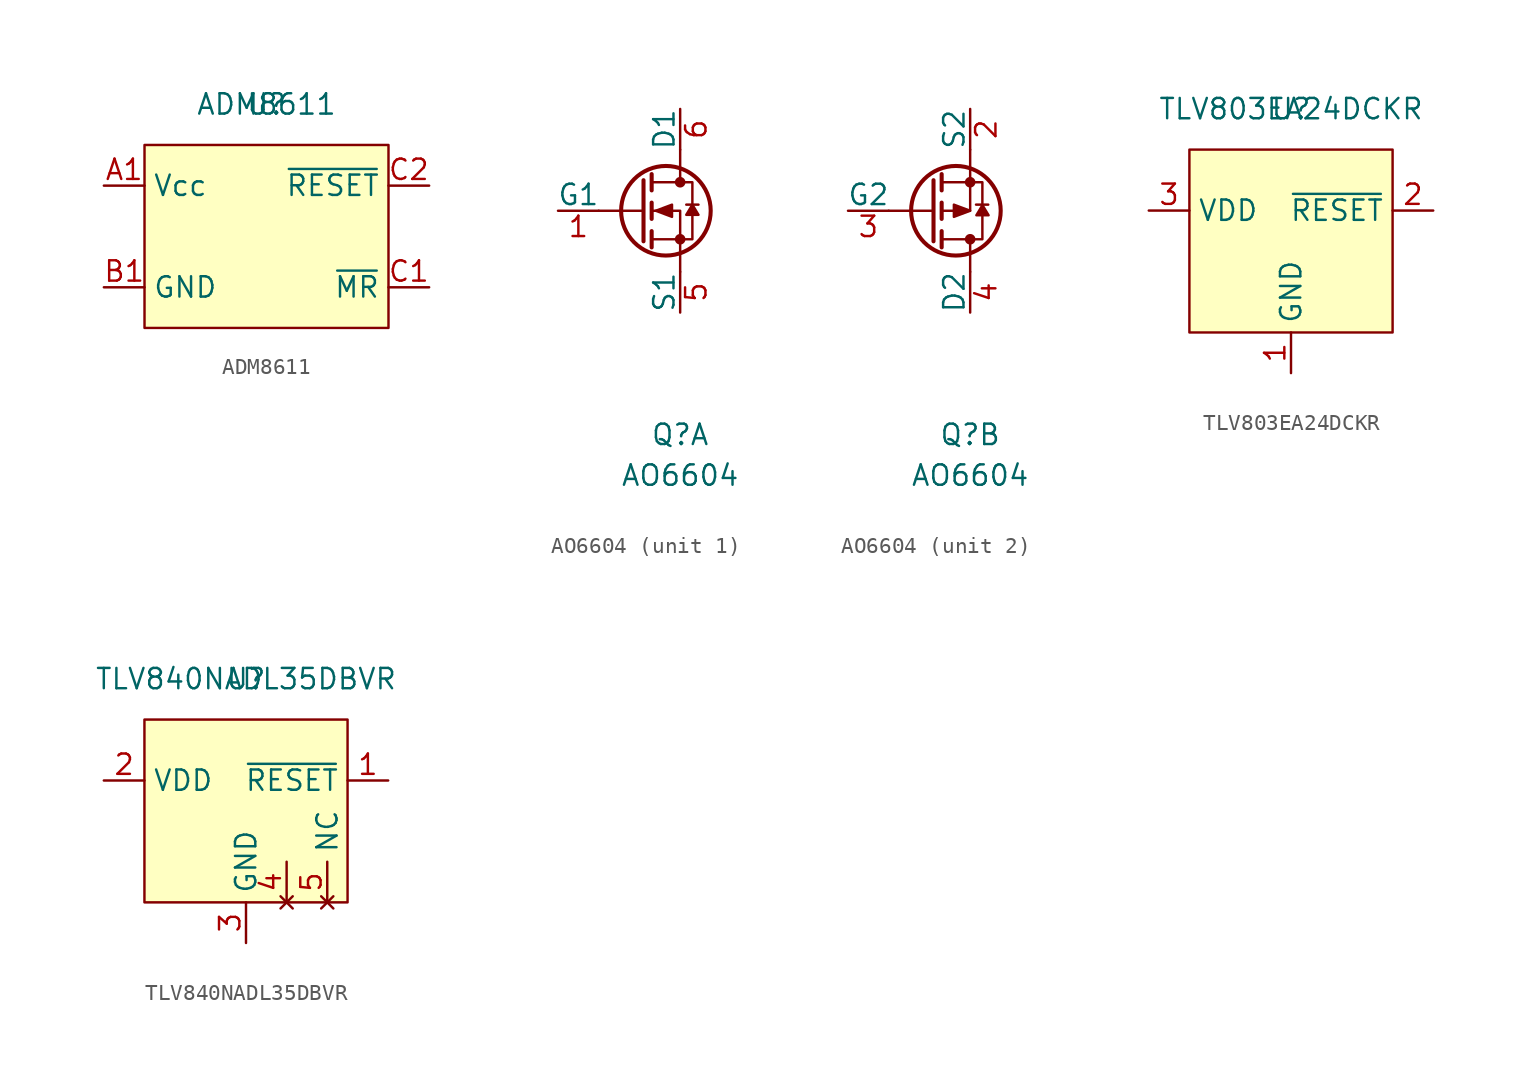
<source format=kicad_sym>
(kicad_symbol_lib
  (version 20211014)
  (generator kicad_symbol_editor)
  (symbol "ADM8611"
    (property "Reference" "U"
      (at 0 0 0)
      (effects (font (size 1.27 1.27))))
    (property "Value" "ADM8611"
      (at 0 0 0)
      (effects (font (size 1.27 1.27))))
    (symbol "ADM8611_0_1"
      (rectangle (start -7.62 -2.54) (end 7.62 -13.97) (stroke (width 0) (type default) (color 0 0 0 0)) (fill (type background))))
    (symbol "ADM8611_1_1"
      (pin power_in line (at -10.16 -5.08 0) (length 2.54) (name "Vcc" (effects (font (size 1.27 1.27)))) (number "A1" (effects (font (size 1.27 1.27)))))
      (pin power_in line (at -10.16 -11.43 0) (length 2.54) hide (name "GND" (effects (font (size 1.27 1.27)))) (number "A2" (effects (font (size 1.27 1.27)))))
      (pin power_in line (at -10.16 -11.43 0) (length 2.54) (name "GND" (effects (font (size 1.27 1.27)))) (number "B1" (effects (font (size 1.27 1.27)))))
      (pin power_in line (at -10.16 -11.43 0) (length 2.54) hide (name "GND" (effects (font (size 1.27 1.27)))) (number "B2" (effects (font (size 1.27 1.27)))))
      (pin input line (at 10.16 -11.43 180) (length 2.54) (name "~{MR}" (effects (font (size 1.27 1.27)))) (number "C1" (effects (font (size 1.27 1.27)))))
      (pin open_collector line (at 10.16 -5.08 180) (length 2.54) (name "~{RESET}" (effects (font (size 1.27 1.27)))) (number "C2" (effects (font (size 1.27 1.27)))))))
  (symbol "AO6604"
    (pin_names
      (offset 0))
    (property "Reference" "Q"
      (at 0 -13.97 0)
      (effects (font (size 1.27 1.27))))
    (property "Value" "AO6604"
      (at 0 -16.51 0)
      (effects (font (size 1.27 1.27))))
    (property "ki_locked" ""
      (at 0 0 0)
      (effects (font (size 1.27 1.27))))
    (symbol "AO6604_1_1"
      (circle (center -0.889 0) (radius 2.794) (stroke (width 0.254) (type default) (color 0 0 0 0)) (fill (type none)))
      (circle (center 0 -1.778) (radius 0.254) (stroke (width 0) (type default) (color 0 0 0 0)) (fill (type outline)))
      (polyline (pts (xy -2.286 0) (xy -5.08 0)) (stroke (width 0) (type default) (color 0 0 0 0)) (fill (type none)))
      (polyline (pts (xy -2.286 1.905) (xy -2.286 -1.905)) (stroke (width 0.254) (type default) (color 0 0 0 0)) (fill (type none)))
      (polyline (pts (xy -1.778 -1.27) (xy -1.778 -2.286)) (stroke (width 0.254) (type default) (color 0 0 0 0)) (fill (type none)))
      (polyline (pts (xy -1.778 0.508) (xy -1.778 -0.508)) (stroke (width 0.254) (type default) (color 0 0 0 0)) (fill (type none)))
      (polyline (pts (xy -1.778 2.286) (xy -1.778 1.27)) (stroke (width 0.254) (type default) (color 0 0 0 0)) (fill (type none)))
      (polyline (pts (xy 0 2.54) (xy 0 1.778)) (stroke (width 0) (type default) (color 0 0 0 0)) (fill (type none)))
      (polyline (pts (xy 0 -3.81) (xy 0 -3.81) (xy 0 -2.54)) (stroke (width 0) (type default) (color 0 0 0 0)) (fill (type none)))
      (polyline (pts (xy 0 -2.54) (xy 0 0) (xy -1.778 0)) (stroke (width 0) (type default) (color 0 0 0 0)) (fill (type none)))
      (polyline (pts (xy 0 3.81) (xy 0 3.81) (xy 0 2.54)) (stroke (width 0) (type default) (color 0 0 0 0)) (fill (type none)))
      (polyline (pts (xy -1.778 -1.778) (xy 0.762 -1.778) (xy 0.762 1.778) (xy -1.778 1.778)) (stroke (width 0) (type default) (color 0 0 0 0)) (fill (type none)))
      (polyline (pts (xy -1.524 0) (xy -0.508 0.381) (xy -0.508 -0.381) (xy -1.524 0)) (stroke (width 0) (type default) (color 0 0 0 0)) (fill (type outline)))
      (polyline (pts (xy 0.385 0.384) (xy 0.381 0.381) (xy 1.143 0.381) (xy 1.126 0.384)) (stroke (width 0) (type default) (color 0 0 0 0)) (fill (type none)))
      (polyline (pts (xy 0.762 0.381) (xy 0.381 -0.254) (xy 1.143 -0.254) (xy 0.762 0.381)) (stroke (width 0) (type default) (color 0 0 0 0)) (fill (type outline)))
      (circle (center 0 1.778) (radius 0.254) (stroke (width 0) (type default) (color 0 0 0 0)) (fill (type outline)))
      (pin passive line (at -7.62 0 0) (length 2.54) (name "G1" (effects (font (size 1.27 1.27)))) (number "1" (effects (font (size 1.27 1.27)))))
      (pin passive line (at 0 -6.35 90) (length 2.54) (name "S1" (effects (font (size 1.27 1.27)))) (number "5" (effects (font (size 1.27 1.27)))))
      (pin passive line (at 0 6.35 270) (length 2.54) (name "D1" (effects (font (size 1.27 1.27)))) (number "6" (effects (font (size 1.27 1.27))))))
    (symbol "AO6604_2_1"
      (circle (center -0.889 0) (radius 2.794) (stroke (width 0.254) (type default) (color 0 0 0 0)) (fill (type none)))
      (circle (center 0 -1.778) (radius 0.254) (stroke (width 0) (type default) (color 0 0 0 0)) (fill (type outline)))
      (polyline (pts (xy -2.286 -1.905) (xy -2.286 1.905)) (stroke (width 0.254) (type default) (color 0 0 0 0)) (fill (type none)))
      (polyline (pts (xy -2.286 0) (xy -5.08 0)) (stroke (width 0) (type default) (color 0 0 0 0)) (fill (type none)))
      (polyline (pts (xy -1.778 -2.286) (xy -1.778 -1.27)) (stroke (width 0.254) (type default) (color 0 0 0 0)) (fill (type none)))
      (polyline (pts (xy -1.778 -0.508) (xy -1.778 0.508)) (stroke (width 0.254) (type default) (color 0 0 0 0)) (fill (type none)))
      (polyline (pts (xy -1.778 1.27) (xy -1.778 2.286)) (stroke (width 0.254) (type default) (color 0 0 0 0)) (fill (type none)))
      (polyline (pts (xy 0 -2.54) (xy 0 -1.778)) (stroke (width 0) (type default) (color 0 0 0 0)) (fill (type none)))
      (polyline (pts (xy 0 -2.54) (xy 0 -3.81) (xy 0 -3.81)) (stroke (width 0) (type default) (color 0 0 0 0)) (fill (type none)))
      (polyline (pts (xy 0 2.54) (xy 0 0) (xy -1.778 0)) (stroke (width 0) (type default) (color 0 0 0 0)) (fill (type none)))
      (polyline (pts (xy 0 3.81) (xy 0 3.81) (xy 0 2.54)) (stroke (width 0) (type default) (color 0 0 0 0)) (fill (type none)))
      (polyline (pts (xy -1.778 1.778) (xy 0.762 1.778) (xy 0.762 -1.778) (xy -1.778 -1.778)) (stroke (width 0) (type default) (color 0 0 0 0)) (fill (type none)))
      (polyline (pts (xy 0 0) (xy -1.016 0.381) (xy -1.016 -0.381) (xy 0 0)) (stroke (width 0) (type default) (color 0 0 0 0)) (fill (type outline)))
      (polyline (pts (xy 0.767 0.354) (xy 1.149 -0.281) (xy 0.387 -0.281) (xy 0.767 0.354)) (stroke (width 0) (type default) (color 0 0 0 0)) (fill (type outline)))
      (polyline (pts (xy 1.128 0.382) (xy 1.128 0.381) (xy 0.366 0.381) (xy 0.365 0.382)) (stroke (width 0) (type default) (color 0 0 0 0)) (fill (type none)))
      (circle (center 0 1.778) (radius 0.254) (stroke (width 0) (type default) (color 0 0 0 0)) (fill (type outline)))
      (pin passive line (at 0 6.35 270) (length 2.54) (name "S2" (effects (font (size 1.27 1.27)))) (number "2" (effects (font (size 1.27 1.27)))))
      (pin passive line (at -7.62 0 0) (length 2.54) (name "G2" (effects (font (size 1.27 1.27)))) (number "3" (effects (font (size 1.27 1.27)))))
      (pin passive line (at 0 -6.35 90) (length 2.54) (name "D2" (effects (font (size 1.27 1.27)))) (number "4" (effects (font (size 1.27 1.27)))))))
  (symbol "TLV803EA24DCKR"
    (property "Reference" "U"
      (at 0 0 0)
      (effects (font (size 1.27 1.27))))
    (property "Value" "TLV803EA24DCKR"
      (at 0 0 0)
      (effects (font (size 1.27 1.27))))
    (symbol "TLV803EA24DCKR_0_1"
      (rectangle (start -6.35 -2.54) (end 6.35 -13.97) (stroke (width 0) (type default) (color 0 0 0 0)) (fill (type background))))
    (symbol "TLV803EA24DCKR_1_1"
      (pin power_in line (at 0 -16.51 90) (length 2.54) (name "GND" (effects (font (size 1.27 1.27)))) (number "1" (effects (font (size 1.27 1.27)))))
      (pin output line (at 8.89 -6.35 180) (length 2.54) (name "~{RESET}" (effects (font (size 1.27 1.27)))) (number "2" (effects (font (size 1.27 1.27)))))
      (pin power_in line (at -8.89 -6.35 0) (length 2.54) (name "VDD" (effects (font (size 1.27 1.27)))) (number "3" (effects (font (size 1.27 1.27)))))))
  (symbol "TLV840NADL35DBVR"
    (property "Reference" "U"
      (at 0 0 0)
      (effects (font (size 1.27 1.27))))
    (property "Value" "TLV840NADL35DBVR"
      (at 0 0 0)
      (effects (font (size 1.27 1.27))))
    (symbol "TLV840NADL35DBVR_0_1"
      (rectangle (start -6.35 -2.54) (end 6.35 -13.97) (stroke (width 0) (type default) (color 0 0 0 0)) (fill (type background))))
    (symbol "TLV840NADL35DBVR_1_1"
      (pin output line (at 8.89 -6.35 180) (length 2.54) (name "~{RESET}" (effects (font (size 1.27 1.27)))) (number "1" (effects (font (size 1.27 1.27)))))
      (pin power_in line (at -8.89 -6.35 0) (length 2.54) (name "VDD" (effects (font (size 1.27 1.27)))) (number "2" (effects (font (size 1.27 1.27)))))
      (pin power_in line (at 0 -16.51 90) (length 2.54) (name "GND" (effects (font (size 1.27 1.27)))) (number "3" (effects (font (size 1.27 1.27)))))
      (pin no_connect line (at 2.54 -13.97 90) (length 2.54) (name "" (effects (font (size 1.27 1.27)))) (number "4" (effects (font (size 1.27 1.27)))))
      (pin no_connect line (at 5.08 -13.97 90) (length 2.54) (name "NC" (effects (font (size 1.27 1.27)))) (number "5" (effects (font (size 1.27 1.27))))))))
</source>
